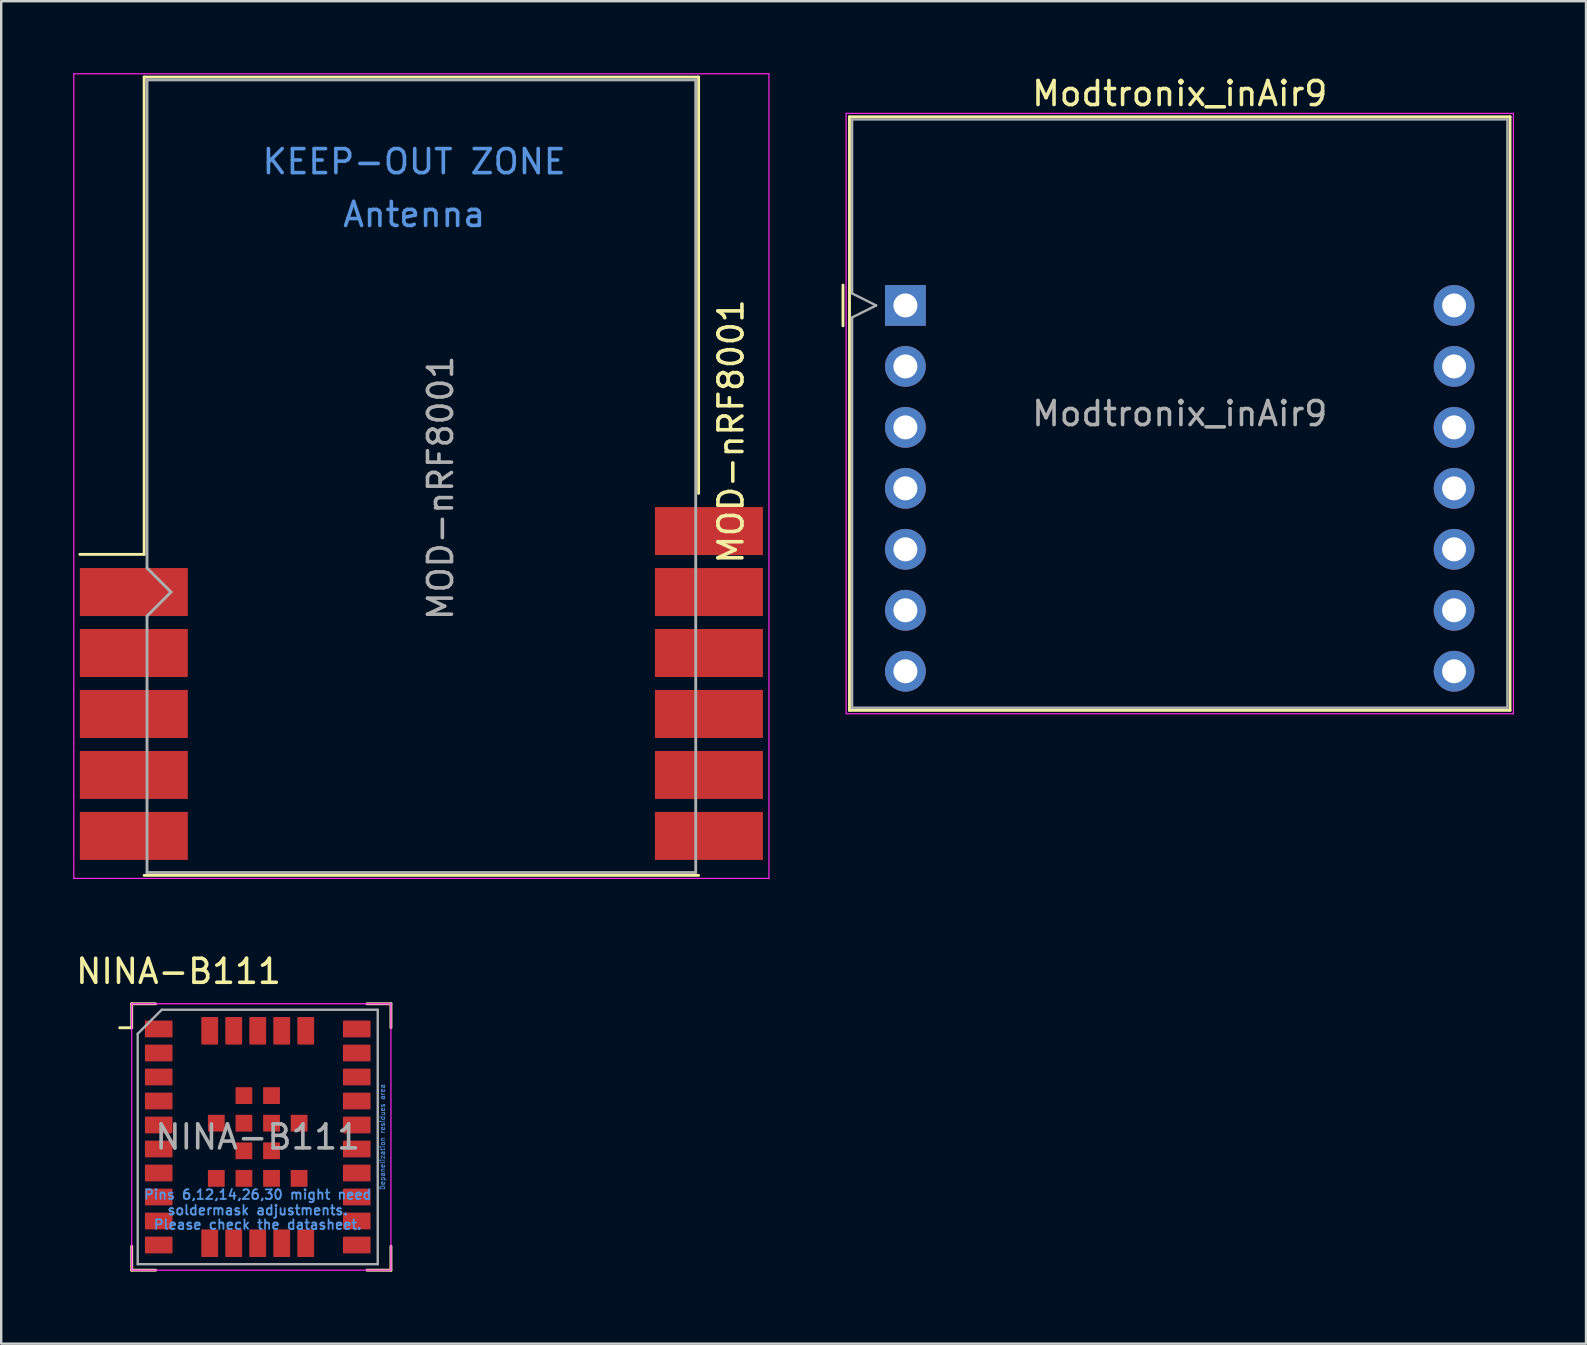
<source format=kicad_pcb>
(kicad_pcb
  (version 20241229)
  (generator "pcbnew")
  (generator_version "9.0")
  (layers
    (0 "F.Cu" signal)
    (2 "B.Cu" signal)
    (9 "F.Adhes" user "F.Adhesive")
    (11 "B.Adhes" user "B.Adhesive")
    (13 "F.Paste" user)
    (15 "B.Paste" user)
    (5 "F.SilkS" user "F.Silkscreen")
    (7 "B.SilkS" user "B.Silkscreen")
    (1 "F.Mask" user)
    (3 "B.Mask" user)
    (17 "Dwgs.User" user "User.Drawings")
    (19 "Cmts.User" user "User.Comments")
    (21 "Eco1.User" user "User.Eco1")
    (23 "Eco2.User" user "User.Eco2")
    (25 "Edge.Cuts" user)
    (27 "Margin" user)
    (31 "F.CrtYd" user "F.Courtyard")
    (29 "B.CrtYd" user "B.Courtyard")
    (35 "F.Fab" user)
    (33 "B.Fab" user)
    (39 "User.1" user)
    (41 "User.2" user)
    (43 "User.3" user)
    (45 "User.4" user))
  (footprint "NINA-B111"
    (layer "F.Cu")
    (at 7.687 44.318)
    (property "Reference" "NINA-B111" (at -3.3 -6.9 180) (layer "F.SilkS") (effects (font (size 1 1) (thickness 0.15))))
    (attr smd)
    (fp_line (start -5.25 -5.55) (end -4.25 -5.55) (stroke (width 0.12) (type solid)) (layer "F.SilkS"))
    (fp_line (start -5.25 -4.55) (end -5.75 -4.55) (stroke (width 0.12) (type solid)) (layer "F.SilkS"))
    (fp_line (start -5.25 -4.55) (end -5.25 -5.55) (stroke (width 0.12) (type solid)) (layer "F.SilkS"))
    (fp_line (start -5.25 5.55) (end -5.25 4.55) (stroke (width 0.12) (type solid)) (layer "F.SilkS"))
    (fp_line (start -4.25 5.55) (end -5.25 5.55) (stroke (width 0.12) (type solid)) (layer "F.SilkS"))
    (fp_line (start 4.55 -5.55) (end 5.55 -5.55) (stroke (width 0.12) (type solid)) (layer "F.SilkS"))
    (fp_line (start 5.55 -5.55) (end 5.55 -4.55) (stroke (width 0.12) (type solid)) (layer "F.SilkS"))
    (fp_line (start 5.55 4.55) (end 5.55 5.55) (stroke (width 0.12) (type solid)) (layer "F.SilkS"))
    (fp_line (start 5.55 5.55) (end 4.55 5.55) (stroke (width 0.12) (type solid)) (layer "F.SilkS"))
    (fp_rect (start -5.25 -5.55) (end 5.55 5.55) (stroke (width 0.05) (type solid)) (fill no) (layer "F.CrtYd"))
    (fp_line (start -5 -4.3) (end -5 5.3) (stroke (width 0.1) (type solid)) (layer "F.Fab"))
    (fp_line (start -5 -4.3) (end -4 -5.3) (stroke (width 0.1) (type solid)) (layer "F.Fab"))
    (fp_line (start -5 5.3) (end 5 5.3) (stroke (width 0.1) (type solid)) (layer "F.Fab"))
    (fp_line (start 5 -5.3) (end -4 -5.3) (stroke (width 0.1) (type solid)) (layer "F.Fab"))
    (fp_line (start 5 5.3) (end 5 -5.3) (stroke (width 0.1) (type solid)) (layer "F.Fab"))
    (fp_text user "Depanelization residues area" (at 5.2 0 90) (unlocked yes) (layer "Cmts.User") (effects (font (size 0.2 0.2) (thickness 0.03))))
    (fp_text user "Please check the datasheet." (at 0 3.65 0) (unlocked yes) (layer "Cmts.User") (effects (font (size 0.4 0.4) (thickness 0.075))))
    (fp_text user "soldermask adjustments." (at 0 3.05 0) (unlocked yes) (layer "Cmts.User") (effects (font (size 0.4 0.4) (thickness 0.075))))
    (fp_text user "Pins 6,12,14,26,30 might need" (at 0 2.4 0) (unlocked yes) (layer "Cmts.User") (effects (font (size 0.4 0.4) (thickness 0.075))))
    (fp_text user "${REFERENCE}" (at 0 0 0) (unlocked yes) (layer "F.Fab") (effects (font (size 1 1) (thickness 0.15))))
    (pad "1" smd rect (at -4.125 -4.5) (size 1.15 0.7) (layers "F.Cu" "F.Mask" "F.Paste"))
    (pad "2" smd roundrect (at -4.125 -3.5) (size 1.15 0.7) (layers "F.Cu" "F.Mask" "F.Paste") (roundrect_rratio 0.05))
    (pad "3" smd roundrect (at -4.125 -2.5) (size 1.15 0.7) (layers "F.Cu" "F.Mask" "F.Paste") (roundrect_rratio 0.05))
    (pad "4" smd roundrect (at -4.125 -1.5) (size 1.15 0.7) (layers "F.Cu" "F.Mask" "F.Paste") (roundrect_rratio 0.05))
    (pad "5" smd roundrect (at -4.125 -0.5) (size 1.15 0.7) (layers "F.Cu" "F.Mask" "F.Paste") (roundrect_rratio 0.05))
    (pad "6" smd roundrect (at -4.125 0.5) (size 1.15 0.7) (layers "F.Cu" "F.Mask" "F.Paste") (roundrect_rratio 0.05))
    (pad "7" smd roundrect (at -4.125 1.5) (size 1.15 0.7) (layers "F.Cu" "F.Mask" "F.Paste") (roundrect_rratio 0.05))
    (pad "8" smd roundrect (at -4.125 2.5) (size 1.15 0.7) (layers "F.Cu" "F.Mask" "F.Paste") (roundrect_rratio 0.05))
    (pad "9" smd roundrect (at -4.125 3.5) (size 1.15 0.7) (layers "F.Cu" "F.Mask" "F.Paste") (roundrect_rratio 0.05))
    (pad "10" smd roundrect (at -4.125 4.5) (size 1.15 0.7) (layers "F.Cu" "F.Mask" "F.Paste") (roundrect_rratio 0.05))
    (pad "11" smd roundrect (at -2 4.425 90) (size 1.15 0.7) (layers "F.Cu" "F.Mask" "F.Paste") (roundrect_rratio 0.05))
    (pad "12" smd roundrect (at -1 4.425 90) (size 1.15 0.7) (layers "F.Cu" "F.Mask" "F.Paste") (roundrect_rratio 0.05))
    (pad "13" smd roundrect (at 0 4.425 90) (size 1.15 0.7) (layers "F.Cu" "F.Mask" "F.Paste") (roundrect_rratio 0.05))
    (pad "14" smd roundrect (at 1 4.425 90) (size 1.15 0.7) (layers "F.Cu" "F.Mask" "F.Paste") (roundrect_rratio 0.05))
    (pad "15" smd roundrect (at 2 4.425 90) (size 1.15 0.7) (layers "F.Cu" "F.Mask" "F.Paste") (roundrect_rratio 0.05))
    (pad "16" smd roundrect (at 4.125 4.5) (size 1.15 0.7) (layers "F.Cu" "F.Mask" "F.Paste") (roundrect_rratio 0.05))
    (pad "17" smd roundrect (at 4.125 3.5) (size 1.15 0.7) (layers "F.Cu" "F.Mask" "F.Paste") (roundrect_rratio 0.05))
    (pad "18" smd roundrect (at 4.125 2.5) (size 1.15 0.7) (layers "F.Cu" "F.Mask" "F.Paste") (roundrect_rratio 0.05))
    (pad "19" smd roundrect (at 4.125 1.5) (size 1.15 0.7) (layers "F.Cu" "F.Mask" "F.Paste") (roundrect_rratio 0.05))
    (pad "20" smd roundrect (at 4.125 0.5) (size 1.15 0.7) (layers "F.Cu" "F.Mask" "F.Paste") (roundrect_rratio 0.05))
    (pad "21" smd roundrect (at 4.125 -0.5) (size 1.15 0.7) (layers "F.Cu" "F.Mask" "F.Paste") (roundrect_rratio 0.05))
    (pad "22" smd roundrect (at 4.125 -1.5) (size 1.15 0.7) (layers "F.Cu" "F.Mask" "F.Paste") (roundrect_rratio 0.05))
    (pad "23" smd roundrect (at 4.125 -2.5) (size 1.15 0.7) (layers "F.Cu" "F.Mask" "F.Paste") (roundrect_rratio 0.05))
    (pad "24" smd roundrect (at 4.125 -3.5) (size 1.15 0.7) (layers "F.Cu" "F.Mask" "F.Paste") (roundrect_rratio 0.05))
    (pad "25" smd roundrect (at 4.125 -4.5) (size 1.15 0.7) (layers "F.Cu" "F.Mask" "F.Paste") (roundrect_rratio 0.05))
    (pad "26" smd roundrect (at 2 -4.425 90) (size 1.15 0.7) (layers "F.Cu" "F.Mask" "F.Paste") (roundrect_rratio 0.05))
    (pad "27" smd roundrect (at 1 -4.425 90) (size 1.15 0.7) (layers "F.Cu" "F.Mask" "F.Paste") (roundrect_rratio 0.05))
    (pad "28" smd roundrect (at 0 -4.425 90) (size 1.15 0.7) (layers "F.Cu" "F.Mask" "F.Paste") (roundrect_rratio 0.05))
    (pad "29" smd roundrect (at -1 -4.425 90) (size 1.15 0.7) (layers "F.Cu" "F.Mask" "F.Paste") (roundrect_rratio 0.05))
    (pad "30" smd roundrect (at -2 -4.425 90) (size 1.15 0.7) (layers "F.Cu" "F.Mask" "F.Paste") (roundrect_rratio 0.05))
    (pad "31" smd roundrect (at -0.575 -1.725 270) (size 0.7 0.7) (layers "F.Cu" "F.Mask" "F.Paste") (roundrect_rratio 0.02))
    (pad "32" smd roundrect (at 0.575 -1.725 270) (size 0.7 0.7) (layers "F.Cu" "F.Mask" "F.Paste") (roundrect_rratio 0.02))
    (pad "33" smd roundrect (at -1.725 -0.575 270) (size 0.7 0.7) (layers "F.Cu" "F.Mask" "F.Paste") (roundrect_rratio 0.02))
    (pad "34" smd roundrect (at -0.575 -0.575 270) (size 0.7 0.7) (layers "F.Cu" "F.Mask" "F.Paste") (roundrect_rratio 0.02))
    (pad "35" smd roundrect (at 0.575 -0.575 270) (size 0.7 0.7) (layers "F.Cu" "F.Mask" "F.Paste") (roundrect_rratio 0.02))
    (pad "36" smd roundrect (at 1.725 -0.575 270) (size 0.7 0.7) (layers "F.Cu" "F.Mask" "F.Paste") (roundrect_rratio 0.02))
    (pad "37" smd roundrect (at -0.575 0.575 270) (size 0.7 0.7) (layers "F.Cu" "F.Mask" "F.Paste") (roundrect_rratio 0.02))
    (pad "38" smd roundrect (at 0.575 0.575 270) (size 0.7 0.7) (layers "F.Cu" "F.Mask" "F.Paste") (roundrect_rratio 0.02))
    (pad "39" smd roundrect (at -1.725 1.725 270) (size 0.7 0.7) (layers "F.Cu" "F.Mask" "F.Paste") (roundrect_rratio 0.02))
    (pad "40" smd roundrect (at -0.575 1.725 270) (size 0.7 0.7) (layers "F.Cu" "F.Mask" "F.Paste") (roundrect_rratio 0.02))
    (pad "41" smd roundrect (at 0.575 1.725 270) (size 0.7 0.7) (layers "F.Cu" "F.Mask" "F.Paste") (roundrect_rratio 0.02))
    (pad "42" smd roundrect (at 1.725 1.725 270) (size 0.7 0.7) (layers "F.Cu" "F.Mask" "F.Paste") (roundrect_rratio 0.02))
    (zone (net_name "") (layer "F.Cu") (name "Depanelization residues area") (hatch edge 0.508) (connect_pads) (min_thickness 0.254) (filled_areas_thickness no) (keepout (tracks allowed) (vias allowed) (pads allowed) (copperpour allowed) (footprints not_allowed)) (placement (enabled no)) (fill) (polygon (pts (xy 13.037 49.618) (xy 12.687 49.618) (xy 12.687 39.018) (xy 13.037 39.018)))))
  (footprint "MOD-nRF8001"
    (layer "F.Cu")
    (at 14.505 16.785)
    (property "Reference" "MOD-nRF8001" (at 12.9 -1.86 270) (layer "F.SilkS") (effects (font (size 1 1) (thickness 0.15))))
    (attr smd)
    (fp_line (start -11.55 -16.626) (end 11.55 -16.626) (stroke (width 0.12) (type solid)) (layer "F.SilkS"))
    (fp_line (start -11.55 3.26) (end -14.23 3.26) (stroke (width 0.12) (type solid)) (layer "F.SilkS"))
    (fp_line (start -11.55 3.26) (end -11.55 -16.626) (stroke (width 0.12) (type solid)) (layer "F.SilkS"))
    (fp_line (start 11.55 -16.626) (end 11.55 0.72) (stroke (width 0.12) (type solid)) (layer "F.SilkS"))
    (fp_line (start 11.55 16.634) (end -11.55 16.634) (stroke (width 0.12) (type solid)) (layer "F.SilkS"))
    (fp_line (start -14.48 -16.76) (end 14.48 -16.76) (stroke (width 0.05) (type solid)) (layer "F.CrtYd"))
    (fp_line (start -14.48 16.76) (end -14.48 -16.76) (stroke (width 0.05) (type solid)) (layer "F.CrtYd"))
    (fp_line (start 14.48 -16.76) (end 14.48 16.76) (stroke (width 0.05) (type solid)) (layer "F.CrtYd"))
    (fp_line (start 14.48 16.76) (end -14.48 16.76) (stroke (width 0.05) (type solid)) (layer "F.CrtYd"))
    (fp_line (start -11.43 -16.506) (end 11.43 -16.506) (stroke (width 0.12) (type solid)) (layer "F.Fab"))
    (fp_line (start -11.43 3.83) (end -11.43 -16.506) (stroke (width 0.12) (type solid)) (layer "F.Fab"))
    (fp_line (start -11.43 5.83) (end -10.43 4.83) (stroke (width 0.12) (type solid)) (layer "F.Fab"))
    (fp_line (start -11.43 16.514) (end -11.43 5.83) (stroke (width 0.12) (type solid)) (layer "F.Fab"))
    (fp_line (start -10.43 4.83) (end -11.43 3.83) (stroke (width 0.12) (type solid)) (layer "F.Fab"))
    (fp_line (start 11.43 -16.506) (end 11.43 16.514) (stroke (width 0.12) (type solid)) (layer "F.Fab"))
    (fp_line (start 11.43 16.514) (end -11.43 16.514) (stroke (width 0.12) (type solid)) (layer "F.Fab"))
    (fp_text user "Antenna" (at -0.3 -10.9 0) (layer "Cmts.User") (effects (font (size 1 1) (thickness 0.15))))
    (fp_text user "KEEP-OUT ZONE" (at -0.3 -13.1 0) (layer "Cmts.User") (effects (font (size 1 1) (thickness 0.15))))
    (fp_text user "${REFERENCE}" (at 0.8 0.49 270) (layer "F.Fab") (effects (font (size 1 1) (thickness 0.15))))
    (pad "1" smd rect (at -11.98 4.83 270) (size 2 4.5) (layers "F.Cu" "F.Mask" "F.Paste"))
    (pad "2" smd rect (at -11.98 7.37 270) (size 2 4.5) (layers "F.Cu" "F.Mask" "F.Paste"))
    (pad "3" smd rect (at -11.98 9.91 270) (size 2 4.5) (layers "F.Cu" "F.Mask" "F.Paste"))
    (pad "4" smd rect (at -11.98 12.45 270) (size 2 4.5) (layers "F.Cu" "F.Mask" "F.Paste"))
    (pad "5" smd rect (at -11.98 14.99 270) (size 2 4.5) (layers "F.Cu" "F.Mask" "F.Paste"))
    (pad "6" smd rect (at 11.98 14.99 270) (size 2 4.5) (layers "F.Cu" "F.Mask" "F.Paste"))
    (pad "7" smd rect (at 11.98 12.45 270) (size 2 4.5) (layers "F.Cu" "F.Mask" "F.Paste"))
    (pad "8" smd rect (at 11.98 9.91 270) (size 2 4.5) (layers "F.Cu" "F.Mask" "F.Paste"))
    (pad "9" smd rect (at 11.98 7.37 270) (size 2 4.5) (layers "F.Cu" "F.Mask" "F.Paste"))
    (pad "10" smd rect (at 11.98 4.83 270) (size 2 4.5) (layers "F.Cu" "F.Mask" "F.Paste"))
    (pad "11" smd rect (at 11.98 2.29 270) (size 2 4.5) (layers "F.Cu" "F.Mask" "F.Paste"))
    (zone (net_name "") (layers "F.Cu" "B.Cu") (hatch full 0.508) (connect_pads) (min_thickness 0.254) (filled_areas_thickness no) (keepout (tracks not_allowed) (vias not_allowed) (pads not_allowed) (copperpour not_allowed) (footprints not_allowed)) (placement (enabled no)) (fill) (polygon (pts (xy 2.955 9.785) (xy 2.955 0.159) (xy 26.055 0.159) (xy 26.055 9.785)))))
  (footprint "Modtronix_inAir9"
    (layer "F.Cu")
    (at 34.67 9.675)
    (property "Reference" "Modtronix_inAir9" (at 11.43 -8.826 0) (layer "F.SilkS") (effects (font (size 1 1) (thickness 0.15))))
    (attr through_hole)
    (fp_line (start -2.6 -0.85) (end -2.6 0.85) (stroke (width 0.12) (type solid)) (layer "F.SilkS"))
    (fp_line (start -2.33 -7.86) (end 25.19 -7.86) (stroke (width 0.12) (type solid)) (layer "F.SilkS"))
    (fp_line (start -2.33 16.87) (end -2.33 -7.86) (stroke (width 0.12) (type solid)) (layer "F.SilkS"))
    (fp_line (start 25.19 -7.86) (end 25.19 16.87) (stroke (width 0.12) (type solid)) (layer "F.SilkS"))
    (fp_line (start 25.19 16.87) (end -2.33 16.87) (stroke (width 0.12) (type solid)) (layer "F.SilkS"))
    (fp_line (start -2.47 -8) (end 25.33 -8) (stroke (width 0.05) (type solid)) (layer "F.CrtYd"))
    (fp_line (start -2.47 17.01) (end -2.47 -8) (stroke (width 0.05) (type solid)) (layer "F.CrtYd"))
    (fp_line (start 25.33 -8) (end 25.33 17.01) (stroke (width 0.05) (type solid)) (layer "F.CrtYd"))
    (fp_line (start 25.33 17.01) (end -2.47 17.01) (stroke (width 0.05) (type solid)) (layer "F.CrtYd"))
    (fp_line (start -2.22 -7.75) (end 25.08 -7.75) (stroke (width 0.1) (type solid)) (layer "F.Fab"))
    (fp_line (start -2.22 -0.5) (end -2.22 -7.75) (stroke (width 0.1) (type solid)) (layer "F.Fab"))
    (fp_line (start -2.22 0.5) (end -1.22 0) (stroke (width 0.1) (type solid)) (layer "F.Fab"))
    (fp_line (start -2.22 16.76) (end -2.22 0.5) (stroke (width 0.1) (type solid)) (layer "F.Fab"))
    (fp_line (start -2.22 16.76) (end 25.08 16.76) (stroke (width 0.1) (type solid)) (layer "F.Fab"))
    (fp_line (start -1.22 0) (end -2.22 -0.5) (stroke (width 0.1) (type solid)) (layer "F.Fab"))
    (fp_line (start 25.08 -7.75) (end 25.08 16.76) (stroke (width 0.1) (type solid)) (layer "F.Fab"))
    (fp_text user "${REFERENCE}" (at 11.43 4.508 0) (layer "F.Fab") (effects (font (size 1 1) (thickness 0.15))))
    (pad "1" thru_hole rect (at 0 0) (size 1.7 1.7) (drill 1) (layers "*.Cu" "*.Mask"))
    (pad "2" thru_hole circle (at 0 2.54) (size 1.7 1.7) (drill 1) (layers "*.Cu" "*.Mask"))
    (pad "3" thru_hole circle (at 0 5.08) (size 1.7 1.7) (drill 1) (layers "*.Cu" "*.Mask"))
    (pad "4" thru_hole circle (at 0 7.62) (size 1.7 1.7) (drill 1) (layers "*.Cu" "*.Mask"))
    (pad "5" thru_hole circle (at 0 10.16) (size 1.7 1.7) (drill 1) (layers "*.Cu" "*.Mask"))
    (pad "6" thru_hole circle (at 0 12.7) (size 1.7 1.7) (drill 1) (layers "*.Cu" "*.Mask"))
    (pad "7" thru_hole circle (at 0 15.24) (size 1.7 1.7) (drill 1) (layers "*.Cu" "*.Mask"))
    (pad "8" thru_hole circle (at 22.86 15.24) (size 1.7 1.7) (drill 1) (layers "*.Cu" "*.Mask"))
    (pad "9" thru_hole circle (at 22.86 12.7) (size 1.7 1.7) (drill 1) (layers "*.Cu" "*.Mask"))
    (pad "10" thru_hole circle (at 22.86 10.16) (size 1.7 1.7) (drill 1) (layers "*.Cu" "*.Mask"))
    (pad "11" thru_hole circle (at 22.86 7.62) (size 1.7 1.7) (drill 1) (layers "*.Cu" "*.Mask"))
    (pad "12" thru_hole circle (at 22.86 5.08) (size 1.7 1.7) (drill 1) (layers "*.Cu" "*.Mask"))
    (pad "13" thru_hole circle (at 22.86 2.54) (size 1.7 1.7) (drill 1) (layers "*.Cu" "*.Mask"))
    (pad "14" thru_hole circle (at 22.86 0) (size 1.7 1.7) (drill 1) (layers "*.Cu" "*.Mask")))
  (gr_rect
    (start -3 -3)
    (end 63.025 52.928)
    (stroke (width 0.1) (type default))
    (fill no)
    (layer "Edge.Cuts")))
</source>
